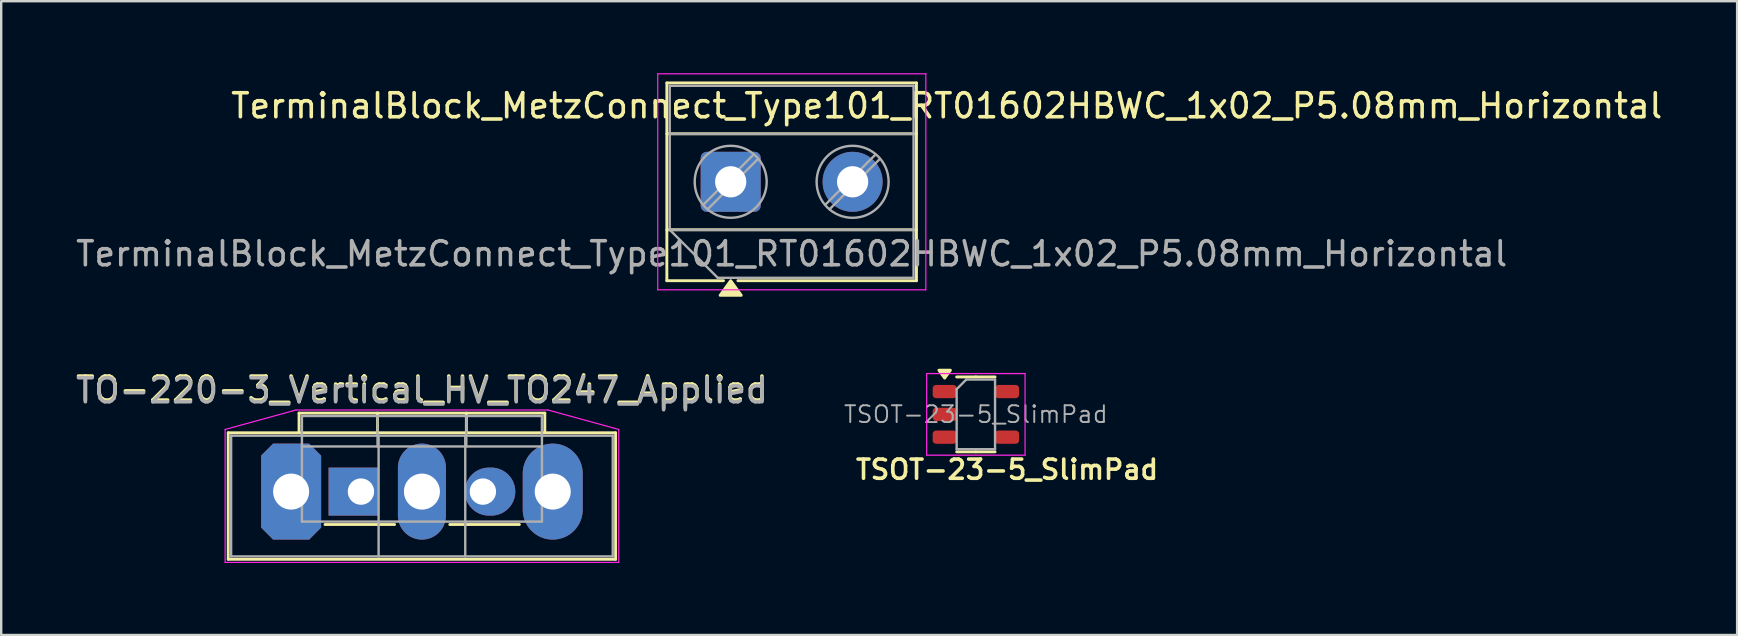
<source format=kicad_pcb>
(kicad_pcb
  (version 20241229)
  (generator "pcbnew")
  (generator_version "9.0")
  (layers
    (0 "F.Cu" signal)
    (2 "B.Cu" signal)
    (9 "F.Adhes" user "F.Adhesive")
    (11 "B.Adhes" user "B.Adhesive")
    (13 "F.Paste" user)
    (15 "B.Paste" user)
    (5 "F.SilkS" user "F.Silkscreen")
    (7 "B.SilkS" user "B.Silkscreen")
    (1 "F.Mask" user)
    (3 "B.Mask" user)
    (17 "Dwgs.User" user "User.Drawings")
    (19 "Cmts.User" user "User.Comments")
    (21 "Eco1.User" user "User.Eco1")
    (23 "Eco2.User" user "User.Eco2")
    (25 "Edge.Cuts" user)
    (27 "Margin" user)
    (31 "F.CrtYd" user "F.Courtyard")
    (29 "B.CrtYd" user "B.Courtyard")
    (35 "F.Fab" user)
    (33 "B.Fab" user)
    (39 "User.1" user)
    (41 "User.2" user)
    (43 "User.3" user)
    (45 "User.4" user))
  (footprint "TSOT-23-5_SlimPad"
    (layer "F.Cu")
    (at 37.61 14.215)
    (property "Reference" "TSOT-23-5_SlimPad" (at 1.3 2.3 0) (layer "F.SilkS") (effects (font (size 0.8 0.8) (thickness 0.15))))
    (attr smd)
    (fp_line (start 0 -1.56) (end -0.8 -1.56) (stroke (width 0.12) (type solid)) (layer "F.SilkS"))
    (fp_line (start 0 -1.56) (end 0.8 -1.56) (stroke (width 0.12) (type solid)) (layer "F.SilkS"))
    (fp_line (start 0 1.56) (end -0.8 1.56) (stroke (width 0.12) (type solid)) (layer "F.SilkS"))
    (fp_line (start 0 1.56) (end 0.8 1.56) (stroke (width 0.12) (type solid)) (layer "F.SilkS"))
    (fp_poly (pts (xy -1.3 -1.51) (xy -1.54 -1.84) (xy -1.06 -1.84) (xy -1.3 -1.51)) (stroke (width 0.12) (type solid)) (fill yes) (layer "F.SilkS"))
    (fp_line (start -2.05 -1.7) (end -2.05 1.7) (stroke (width 0.05) (type solid)) (layer "F.CrtYd"))
    (fp_line (start -2.05 1.7) (end 2.05 1.7) (stroke (width 0.05) (type solid)) (layer "F.CrtYd"))
    (fp_line (start 2.05 -1.7) (end -2.05 -1.7) (stroke (width 0.05) (type solid)) (layer "F.CrtYd"))
    (fp_line (start 2.05 1.7) (end 2.05 -1.7) (stroke (width 0.05) (type solid)) (layer "F.CrtYd"))
    (fp_line (start -0.8 -1.05) (end -0.4 -1.45) (stroke (width 0.1) (type solid)) (layer "F.Fab"))
    (fp_line (start -0.8 1.45) (end -0.8 -1.05) (stroke (width 0.1) (type solid)) (layer "F.Fab"))
    (fp_line (start -0.4 -1.45) (end 0.8 -1.45) (stroke (width 0.1) (type solid)) (layer "F.Fab"))
    (fp_line (start 0.8 -1.45) (end 0.8 1.45) (stroke (width 0.1) (type solid)) (layer "F.Fab"))
    (fp_line (start 0.8 1.45) (end -0.8 1.45) (stroke (width 0.1) (type solid)) (layer "F.Fab"))
    (fp_text user "${REFERENCE}" (at 0 0 0) (layer "F.Fab") (effects (font (size 0.7 0.7) (thickness 0.08))))
    (pad "1" smd roundrect (at -1.3 -0.95 180) (size 1 0.55) (layers "F.Cu" "F.Mask" "F.Paste") (roundrect_rratio 0.25))
    (pad "2" smd roundrect (at -1.3 0 180) (size 1 0.55) (layers "F.Cu" "F.Mask" "F.Paste") (roundrect_rratio 0.25))
    (pad "3" smd roundrect (at -1.3 0.95 180) (size 1 0.55) (layers "F.Cu" "F.Mask" "F.Paste") (roundrect_rratio 0.25))
    (pad "4" smd roundrect (at 1.3 0.95 180) (size 1 0.55) (layers "F.Cu" "F.Mask" "F.Paste") (roundrect_rratio 0.25))
    (pad "5" smd roundrect (at 1.3 -0.95 180) (size 1 0.55) (layers "F.Cu" "F.Mask" "F.Paste") (roundrect_rratio 0.25)))
  (footprint "TerminalBlock_MetzConnect_Type101_RT01602HBWC_1x02_P5.08mm_Horizontal"
    (layer "F.Cu")
    (at 27.395 4.525)
    (property "Reference" "TerminalBlock_MetzConnect_Type101_RT01602HBWC_1x02_P5.08mm_Horizontal" (at 9 -3.167 0) (layer "F.SilkS") (effects (font (size 1 1) (thickness 0.15))))
    (attr through_hole)
    (fp_line (start -2.66 -4.12) (end -2.66 4.12) (stroke (width 0.12) (type solid)) (layer "F.SilkS"))
    (fp_line (start -2.66 -4.12) (end 7.74 -4.12) (stroke (width 0.12) (type solid)) (layer "F.SilkS"))
    (fp_line (start -2.66 -2) (end 7.74 -2) (stroke (width 0.12) (type solid)) (layer "F.SilkS"))
    (fp_line (start -2.66 2) (end 7.74 2) (stroke (width 0.12) (type solid)) (layer "F.SilkS"))
    (fp_line (start -2.66 4.12) (end -0.3 4.12) (stroke (width 0.12) (type solid)) (layer "F.SilkS"))
    (fp_line (start 0.3 4.12) (end 7.74 4.12) (stroke (width 0.12) (type solid)) (layer "F.SilkS"))
    (fp_line (start 7.74 -4.12) (end 7.74 4.12) (stroke (width 0.12) (type solid)) (layer "F.SilkS"))
    (fp_poly (pts (xy 0 4.12) (xy 0.44 4.73) (xy -0.44 4.73)) (stroke (width 0.12) (type solid)) (fill yes) (layer "F.SilkS"))
    (fp_line (start -3.04 -4.5) (end -3.04 4.5) (stroke (width 0.05) (type solid)) (layer "F.CrtYd"))
    (fp_line (start -3.04 4.5) (end 8.13 4.5) (stroke (width 0.05) (type solid)) (layer "F.CrtYd"))
    (fp_line (start 8.13 -4.5) (end -3.04 -4.5) (stroke (width 0.05) (type solid)) (layer "F.CrtYd"))
    (fp_line (start 8.13 4.5) (end 8.13 -4.5) (stroke (width 0.05) (type solid)) (layer "F.CrtYd"))
    (fp_line (start -2.54 -4) (end 7.62 -4) (stroke (width 0.1) (type solid)) (layer "F.Fab"))
    (fp_line (start -2.54 -2) (end 7.62 -2) (stroke (width 0.1) (type solid)) (layer "F.Fab"))
    (fp_line (start -2.54 2) (end -2.54 -4) (stroke (width 0.1) (type solid)) (layer "F.Fab"))
    (fp_line (start -2.54 2) (end 7.62 2) (stroke (width 0.1) (type solid)) (layer "F.Fab"))
    (fp_line (start -0.54 4) (end -2.54 2) (stroke (width 0.1) (type solid)) (layer "F.Fab"))
    (fp_line (start 0.955 -1.138) (end -1.138 0.954) (stroke (width 0.1) (type solid)) (layer "F.Fab"))
    (fp_line (start 1.138 -0.954) (end -0.955 1.137) (stroke (width 0.1) (type solid)) (layer "F.Fab"))
    (fp_line (start 6.035 -1.138) (end 3.942 0.954) (stroke (width 0.1) (type solid)) (layer "F.Fab"))
    (fp_line (start 6.218 -0.954) (end 4.125 1.137) (stroke (width 0.1) (type solid)) (layer "F.Fab"))
    (fp_line (start 7.62 -4) (end 7.62 4) (stroke (width 0.1) (type solid)) (layer "F.Fab"))
    (fp_line (start 7.62 4) (end -0.54 4) (stroke (width 0.1) (type solid)) (layer "F.Fab"))
    (fp_circle (center 0 0) (end 1.5 0) (stroke (width 0.1) (type solid)) (fill no) (layer "F.Fab"))
    (fp_circle (center 5.08 0) (end 6.58 0) (stroke (width 0.1) (type solid)) (fill no) (layer "F.Fab"))
    (fp_text user "${REFERENCE}" (at 2.54 3 0) (layer "F.Fab") (effects (font (size 1 1) (thickness 0.15))))
    (pad "1" thru_hole roundrect (at 0 0) (size 2.5 2.5) (drill 1.3) (layers "*.Cu" "*.Mask") (roundrect_rratio 0.1))
    (pad "2" thru_hole circle (at 5.08 0) (size 2.5 2.5) (drill 1.3) (layers "*.Cu" "*.Mask")))
  (footprint "TO-220-3_Vertical_HV_TO247_Applied"
    (layer "F.Cu")
    (at 11.99 17.433)
    (property "Reference" "TO-220-3_Vertical_HV_TO247_Applied" (at 2.54 -4.27 180) (layer "F.SilkS") (effects (font (size 1 1) (thickness 0.15))))
    (attr through_hole)
    (fp_line (start -5.53 -2.451) (end -5.53 2.82) (stroke (width 0.12) (type solid)) (layer "F.SilkS"))
    (fp_line (start -5.53 -2.451) (end 10.61 -2.451) (stroke (width 0.12) (type solid)) (layer "F.SilkS"))
    (fp_line (start -5.53 2.82) (end 10.61 2.82) (stroke (width 0.12) (type solid)) (layer "F.SilkS"))
    (fp_line (start -2.58 -3.27) (end -2.58 -2.5) (stroke (width 0.12) (type solid)) (layer "F.SilkS"))
    (fp_line (start -2.58 -3.27) (end 7.66 -3.27) (stroke (width 0.12) (type solid)) (layer "F.SilkS"))
    (fp_line (start 0.69 -3.27) (end 0.69 -2.5) (stroke (width 0.12) (type solid)) (layer "F.SilkS"))
    (fp_line (start 1.4 1.371) (end -1.5 1.371) (stroke (width 0.12) (type solid)) (layer "F.SilkS"))
    (fp_line (start 3.7 1.371) (end 6.6 1.371) (stroke (width 0.12) (type solid)) (layer "F.SilkS"))
    (fp_line (start 4.391 -3.27) (end 4.391 -2.5) (stroke (width 0.12) (type solid)) (layer "F.SilkS"))
    (fp_line (start 7.66 -3.27) (end 7.66 -2.5) (stroke (width 0.12) (type solid)) (layer "F.SilkS"))
    (fp_line (start 10.61 -2.451) (end 10.61 2.82) (stroke (width 0.12) (type solid)) (layer "F.SilkS"))
    (fp_line (start -5.66 -2.59) (end -5.66 2.95) (stroke (width 0.05) (type solid)) (layer "F.CrtYd"))
    (fp_line (start -5.66 -2.59) (end -2.71 -3.4) (stroke (width 0.05) (type default)) (layer "F.CrtYd"))
    (fp_line (start -5.66 2.95) (end 10.74 2.95) (stroke (width 0.05) (type solid)) (layer "F.CrtYd"))
    (fp_line (start 7.79 -3.4) (end -2.71 -3.4) (stroke (width 0.05) (type solid)) (layer "F.CrtYd"))
    (fp_line (start 7.79 -3.4) (end 10.74 -2.59) (stroke (width 0.05) (type default)) (layer "F.CrtYd"))
    (fp_line (start 10.74 2.95) (end 10.74 -2.59) (stroke (width 0.05) (type solid)) (layer "F.CrtYd"))
    (fp_line (start -5.41 -2.33) (end -5.41 2.7) (stroke (width 0.1) (type solid)) (layer "F.Fab"))
    (fp_line (start -5.41 2.7) (end 10.49 2.7) (stroke (width 0.1) (type solid)) (layer "F.Fab"))
    (fp_line (start -2.46 -3.15) (end -2.46 1.25) (stroke (width 0.1) (type solid)) (layer "F.Fab"))
    (fp_line (start -2.46 -1.88) (end 7.54 -1.88) (stroke (width 0.1) (type solid)) (layer "F.Fab"))
    (fp_line (start -2.46 1.25) (end 7.54 1.25) (stroke (width 0.1) (type solid)) (layer "F.Fab"))
    (fp_line (start 0.69 -3.15) (end 0.69 -1.88) (stroke (width 0.1) (type solid)) (layer "F.Fab"))
    (fp_line (start 0.735 -2.33) (end 0.735 2.7) (stroke (width 0.1) (type solid)) (layer "F.Fab"))
    (fp_line (start 4.345 -2.33) (end 4.345 2.7) (stroke (width 0.1) (type solid)) (layer "F.Fab"))
    (fp_line (start 4.39 -3.15) (end 4.39 -1.88) (stroke (width 0.1) (type solid)) (layer "F.Fab"))
    (fp_line (start 7.54 -3.15) (end -2.46 -3.15) (stroke (width 0.1) (type solid)) (layer "F.Fab"))
    (fp_line (start 7.54 1.25) (end 7.54 -3.15) (stroke (width 0.1) (type solid)) (layer "F.Fab"))
    (fp_line (start 10.49 -2.33) (end -5.41 -2.33) (stroke (width 0.1) (type solid)) (layer "F.Fab"))
    (fp_line (start 10.49 2.7) (end 10.49 -2.33) (stroke (width 0.1) (type solid)) (layer "F.Fab"))
    (fp_text user "${REFERENCE}" (at 2.54 -4.2 180) (layer "F.Fab") (effects (font (size 1 1) (thickness 0.15))))
    (pad "1" thru_hole roundrect (at -2.91 0) (size 2.5 4) (drill 1.5) (layers "*.Cu" "*.Mask") (roundrect_rratio 0) (chamfer_ratio 0.2) (chamfer top_left top_right bottom_left bottom_right))
    (pad "1" thru_hole rect (at 0 0) (size 2.1 2) (drill 1.1 (offset -0.3 0)) (layers "*.Cu" "*.Mask"))
    (pad "2" thru_hole oval (at 2.54 0) (size 2 4) (drill 1.5) (layers "*.Cu" "*.Mask"))
    (pad "3" thru_hole oval (at 5.08 0) (size 2.1 2) (drill 1.1 (offset 0.3 0)) (layers "*.Cu" "*.Mask"))
    (pad "3" thru_hole oval (at 7.99 0) (size 2.5 4) (drill 1.5) (layers "*.Cu" "*.Mask")))
  (gr_rect
    (start -3 -3)
    (end 69.329 23.408)
    (stroke (width 0.1) (type default))
    (fill no)
    (layer "Edge.Cuts")))
</source>
